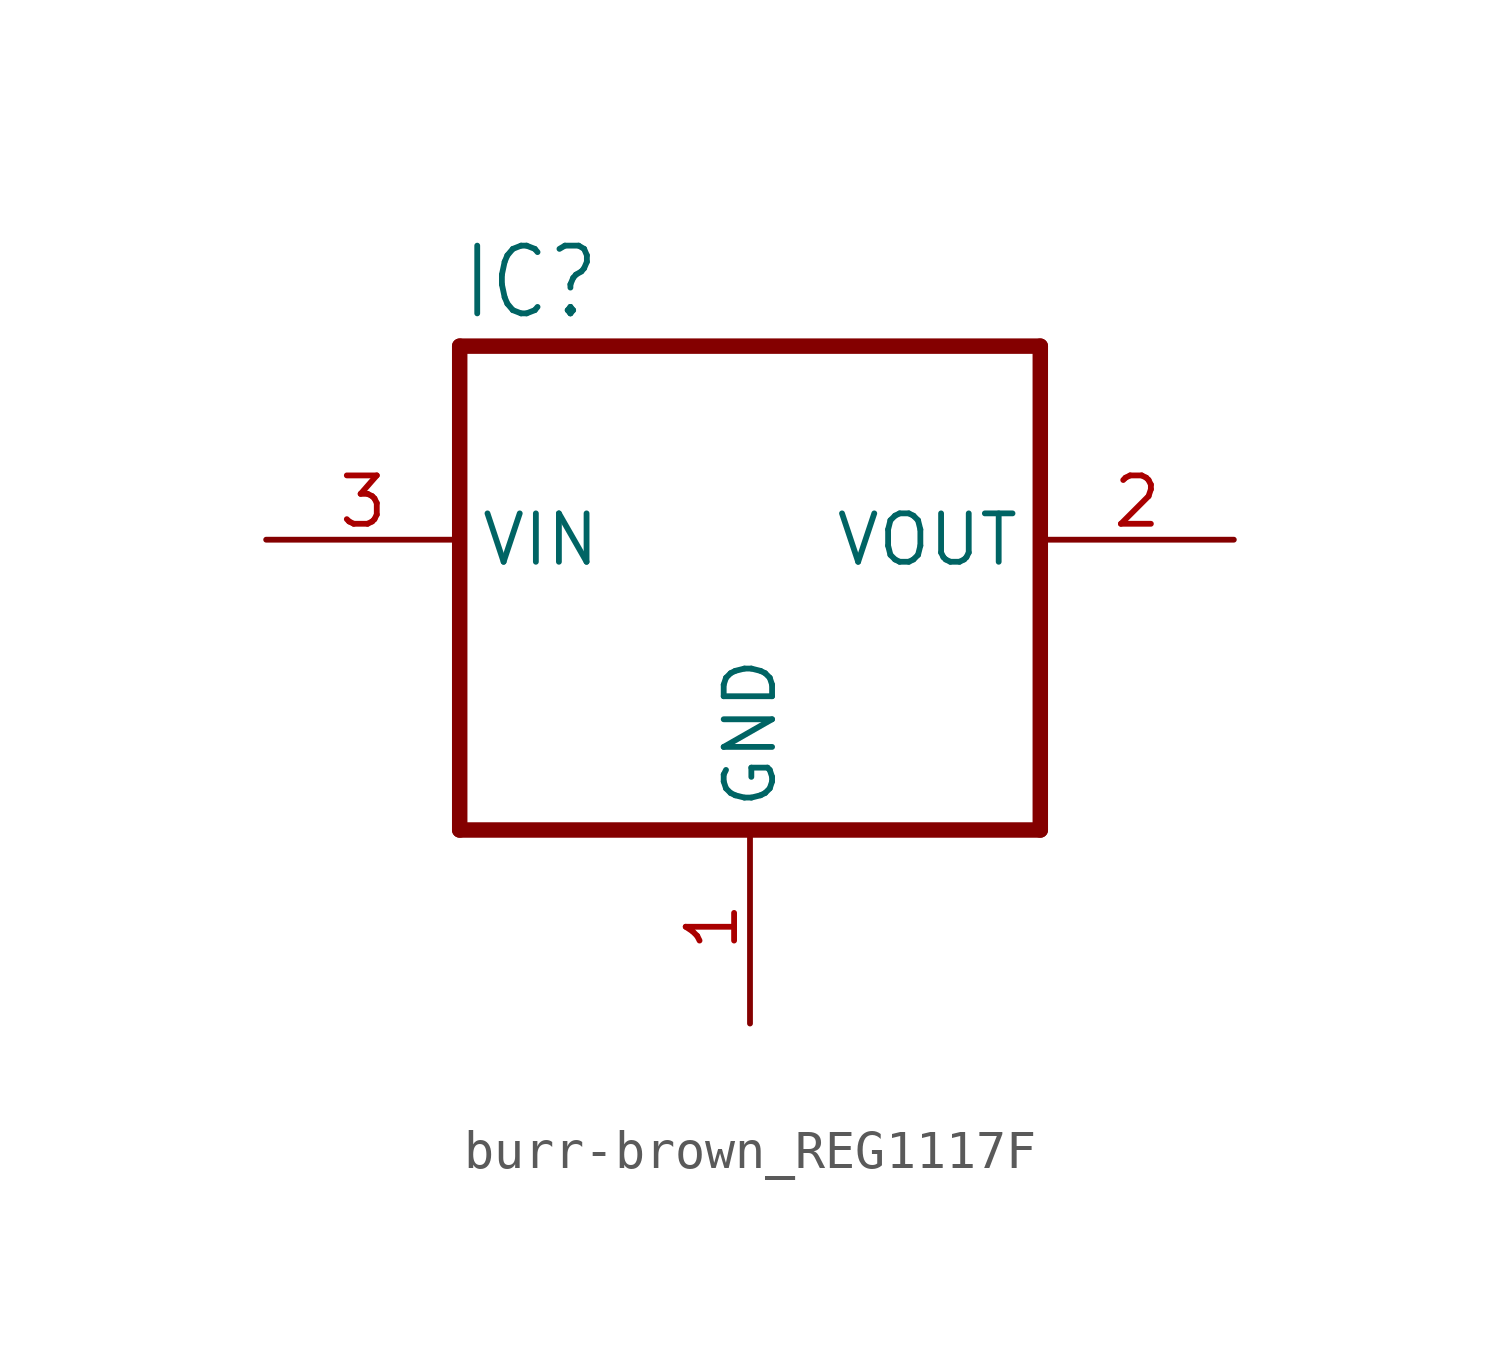
<source format=kicad_sym>
(kicad_symbol_lib
  (version 20241209)
  (generator "kicad_symbol_editor")
  (generator_version "9.0")
  (symbol "burr-brown_REG1117F"
    (property "Reference" "IC"
      (at -7.62 5.715 0)
      (effects (font (size 1.778 1.511)) (justify left bottom)))
    (property "Value" ""
      (at -5.08 2.54 0)
      (effects (font (size 1.778 1.511)) (justify left bottom)))
    (property "ki_locked" ""
      (at 0 0 0)
      (effects (font (size 1.27 1.27))))
    (symbol "burr-brown_REG1117F_1_0"
      (polyline (pts (xy -7.62 5.08) (xy -7.62 -7.62)) (stroke (width 0.406) (type solid)) (fill (type none)))
      (polyline (pts (xy -7.62 -7.62) (xy 7.62 -7.62)) (stroke (width 0.406) (type solid)) (fill (type none)))
      (polyline (pts (xy 7.62 5.08) (xy -7.62 5.08)) (stroke (width 0.406) (type solid)) (fill (type none)))
      (polyline (pts (xy 7.62 -7.62) (xy 7.62 5.08)) (stroke (width 0.406) (type solid)) (fill (type none)))
      (pin input line (at -12.7 0 0) (length 5.08) (name "VIN" (effects (font (size 1.27 1.27)))) (number "3" (effects (font (size 1.27 1.27)))))
      (pin power_in line (at 0 -12.7 90) (length 5.08) (name "GND" (effects (font (size 1.27 1.27)))) (number "1" (effects (font (size 1.27 1.27)))))
      (pin output line (at 12.7 0 180) (length 5.08) (name "VOUT" (effects (font (size 1.27 1.27)))) (number "2" (effects (font (size 1.27 1.27))))))))
</source>
